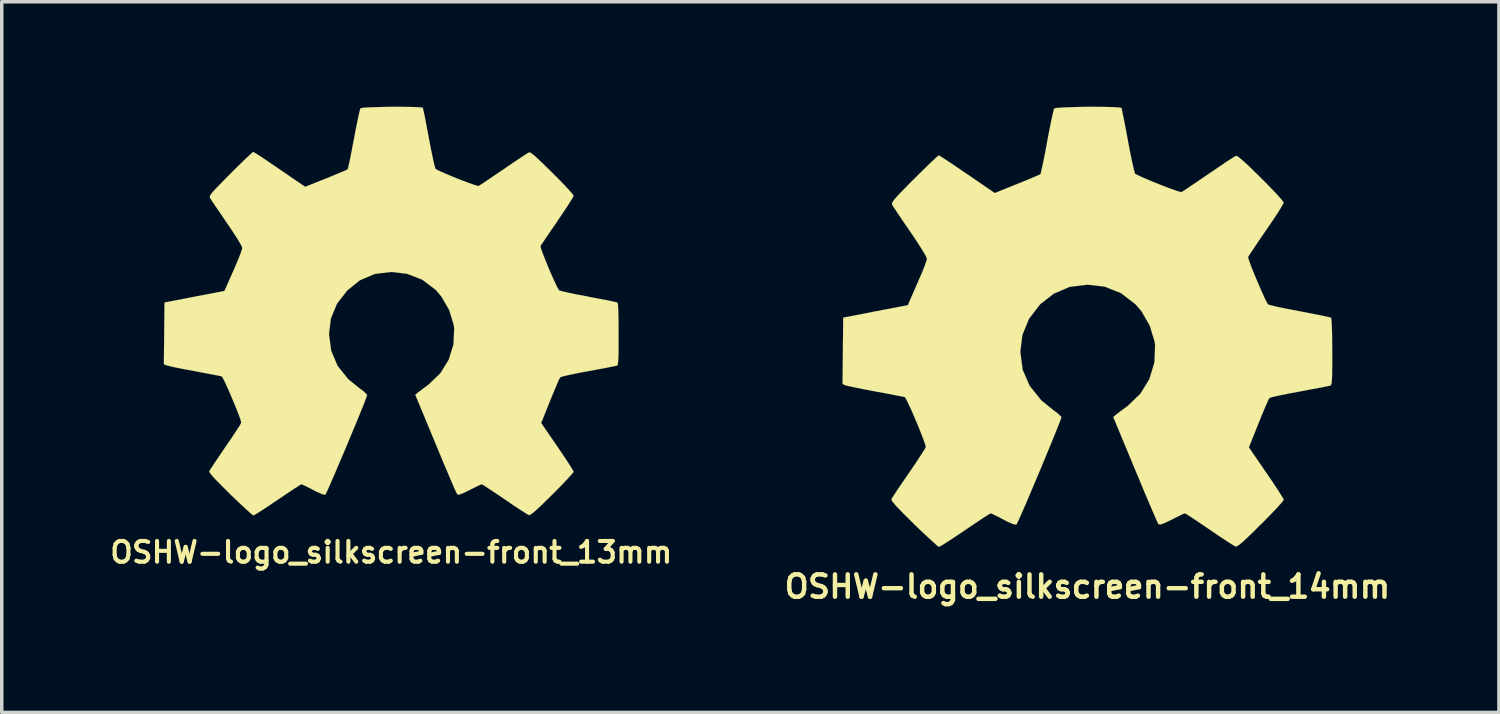
<source format=kicad_pcb>
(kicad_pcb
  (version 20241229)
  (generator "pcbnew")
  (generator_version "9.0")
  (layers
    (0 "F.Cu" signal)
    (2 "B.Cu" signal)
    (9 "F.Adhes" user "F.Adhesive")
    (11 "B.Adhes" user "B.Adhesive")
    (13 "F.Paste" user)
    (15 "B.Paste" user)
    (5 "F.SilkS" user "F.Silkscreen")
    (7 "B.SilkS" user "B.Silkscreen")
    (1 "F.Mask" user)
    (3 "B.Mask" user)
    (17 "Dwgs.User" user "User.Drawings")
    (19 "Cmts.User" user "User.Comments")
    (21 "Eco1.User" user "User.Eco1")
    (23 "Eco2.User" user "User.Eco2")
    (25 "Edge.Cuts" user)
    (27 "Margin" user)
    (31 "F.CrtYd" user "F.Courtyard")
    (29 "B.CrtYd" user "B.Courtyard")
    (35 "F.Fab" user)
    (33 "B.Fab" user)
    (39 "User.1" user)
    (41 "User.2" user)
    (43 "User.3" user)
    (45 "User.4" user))
  (footprint "OSHW-logo_silkscreen-front_13mm"
    (layer "F.Cu")
    (at 8.134 5.843)
    (property "Reference" "OSHW-logo_silkscreen-front_13mm" (at 0 6.894 0) (layer "F.SilkS") (effects (font (size 0.592 0.592) (thickness 0.117))))
    (attr through_hole)
    (fp_poly (pts (xy -3.94 5.839) (xy -3.871 5.804) (xy -3.719 5.707) (xy -3.503 5.565) (xy -3.246 5.392) (xy -2.99 5.22) (xy -2.776 5.077) (xy -2.629 4.983) (xy -2.568 4.948) (xy -2.535 4.961) (xy -2.41 5.019) (xy -2.233 5.11) (xy -2.131 5.164) (xy -1.968 5.235) (xy -1.887 5.25) (xy -1.875 5.227) (xy -1.814 5.103) (xy -1.72 4.889) (xy -1.598 4.608) (xy -1.458 4.277) (xy -1.306 3.922) (xy -1.156 3.559) (xy -1.011 3.213) (xy -0.884 2.903) (xy -0.782 2.649) (xy -0.716 2.474) (xy -0.691 2.398) (xy -0.699 2.383) (xy -0.78 2.301) (xy -0.922 2.195) (xy -1.229 1.946) (xy -1.534 1.567) (xy -1.717 1.135) (xy -1.781 0.658) (xy -1.727 0.213) (xy -1.552 -0.213) (xy -1.255 -0.594) (xy -0.897 -0.881) (xy -0.475 -1.062) (xy 0 -1.12) (xy 0.452 -1.067) (xy 0.889 -0.897) (xy 1.273 -0.605) (xy 1.433 -0.417) (xy 1.656 -0.03) (xy 1.783 0.386) (xy 1.798 0.493) (xy 1.778 0.95) (xy 1.643 1.387) (xy 1.402 1.778) (xy 1.067 2.098) (xy 1.026 2.129) (xy 0.871 2.245) (xy 0.767 2.324) (xy 0.686 2.39) (xy 1.267 3.79) (xy 1.359 4.013) (xy 1.519 4.397) (xy 1.659 4.724) (xy 1.77 4.989) (xy 1.849 5.164) (xy 1.885 5.232) (xy 1.887 5.237) (xy 1.938 5.245) (xy 2.045 5.207) (xy 2.24 5.113) (xy 2.37 5.047) (xy 2.517 4.976) (xy 2.586 4.948) (xy 2.642 4.978) (xy 2.784 5.072) (xy 2.992 5.21) (xy 3.244 5.38) (xy 3.48 5.542) (xy 3.701 5.687) (xy 3.861 5.789) (xy 3.937 5.832) (xy 3.95 5.832) (xy 4.018 5.791) (xy 4.143 5.687) (xy 4.333 5.507) (xy 4.605 5.24) (xy 4.646 5.199) (xy 4.867 4.976) (xy 5.047 4.785) (xy 5.169 4.651) (xy 5.212 4.59) (xy 5.171 4.514) (xy 5.07 4.354) (xy 4.925 4.133) (xy 4.747 3.871) (xy 4.285 3.198) (xy 4.539 2.563) (xy 4.618 2.37) (xy 4.717 2.134) (xy 4.79 1.963) (xy 4.829 1.892) (xy 4.897 1.867) (xy 5.072 1.826) (xy 5.324 1.773) (xy 5.624 1.717) (xy 5.911 1.664) (xy 6.17 1.615) (xy 6.358 1.577) (xy 6.441 1.562) (xy 6.462 1.549) (xy 6.477 1.509) (xy 6.487 1.422) (xy 6.495 1.265) (xy 6.497 1.016) (xy 6.497 0.658) (xy 6.497 0.62) (xy 6.495 0.277) (xy 6.49 0.005) (xy 6.48 -0.173) (xy 6.467 -0.244) (xy 6.467 -0.246) (xy 6.386 -0.264) (xy 6.203 -0.305) (xy 5.946 -0.353) (xy 5.636 -0.411) (xy 5.618 -0.417) (xy 5.309 -0.475) (xy 5.052 -0.528) (xy 4.872 -0.572) (xy 4.796 -0.594) (xy 4.78 -0.617) (xy 4.717 -0.737) (xy 4.63 -0.927) (xy 4.526 -1.161) (xy 4.427 -1.402) (xy 4.341 -1.618) (xy 4.282 -1.781) (xy 4.265 -1.854) (xy 4.265 -1.857) (xy 4.31 -1.93) (xy 4.417 -2.088) (xy 4.567 -2.309) (xy 4.747 -2.57) (xy 4.76 -2.591) (xy 4.935 -2.852) (xy 5.08 -3.071) (xy 5.177 -3.228) (xy 5.212 -3.297) (xy 5.21 -3.302) (xy 5.151 -3.381) (xy 5.019 -3.528) (xy 4.831 -3.726) (xy 4.602 -3.955) (xy 4.531 -4.026) (xy 4.277 -4.272) (xy 4.102 -4.435) (xy 3.993 -4.521) (xy 3.94 -4.539) (xy 3.861 -4.491) (xy 3.696 -4.384) (xy 3.472 -4.234) (xy 3.211 -4.054) (xy 3.19 -4.041) (xy 2.931 -3.866) (xy 2.715 -3.719) (xy 2.56 -3.617) (xy 2.494 -3.576) (xy 2.482 -3.576) (xy 2.377 -3.607) (xy 2.192 -3.673) (xy 1.963 -3.759) (xy 1.725 -3.856) (xy 1.506 -3.947) (xy 1.341 -4.023) (xy 1.265 -4.067) (xy 1.262 -4.072) (xy 1.234 -4.163) (xy 1.191 -4.359) (xy 1.135 -4.625) (xy 1.074 -4.945) (xy 1.064 -4.996) (xy 1.006 -5.306) (xy 0.958 -5.56) (xy 0.919 -5.738) (xy 0.902 -5.812) (xy 0.859 -5.822) (xy 0.706 -5.832) (xy 0.475 -5.837) (xy 0.196 -5.842) (xy -0.099 -5.839) (xy -0.386 -5.832) (xy -0.632 -5.824) (xy -0.808 -5.812) (xy -0.879 -5.796) (xy -0.884 -5.794) (xy -0.909 -5.697) (xy -0.953 -5.502) (xy -1.008 -5.232) (xy -1.067 -4.915) (xy -1.079 -4.859) (xy -1.138 -4.549) (xy -1.189 -4.295) (xy -1.227 -4.122) (xy -1.247 -4.054) (xy -1.273 -4.039) (xy -1.402 -3.983) (xy -1.608 -3.896) (xy -1.864 -3.792) (xy -2.461 -3.553) (xy -3.19 -4.051) (xy -3.256 -4.097) (xy -3.518 -4.275) (xy -3.734 -4.42) (xy -3.886 -4.516) (xy -3.947 -4.552) (xy -3.952 -4.549) (xy -4.023 -4.486) (xy -4.168 -4.351) (xy -4.366 -4.158) (xy -4.597 -3.929) (xy -4.765 -3.759) (xy -4.966 -3.553) (xy -5.095 -3.416) (xy -5.164 -3.327) (xy -5.189 -3.274) (xy -5.182 -3.239) (xy -5.136 -3.165) (xy -5.029 -3.005) (xy -4.877 -2.784) (xy -4.702 -2.525) (xy -4.554 -2.309) (xy -4.397 -2.065) (xy -4.293 -1.89) (xy -4.257 -1.803) (xy -4.267 -1.768) (xy -4.315 -1.626) (xy -4.404 -1.41) (xy -4.514 -1.153) (xy -4.768 -0.577) (xy -5.146 -0.503) (xy -5.375 -0.46) (xy -5.695 -0.399) (xy -6.005 -0.338) (xy -6.482 -0.246) (xy -6.5 1.516) (xy -6.426 1.549) (xy -6.355 1.567) (xy -6.177 1.608) (xy -5.923 1.659) (xy -5.624 1.714) (xy -5.37 1.763) (xy -5.113 1.811) (xy -4.928 1.847) (xy -4.846 1.864) (xy -4.826 1.892) (xy -4.76 2.017) (xy -4.671 2.212) (xy -4.567 2.451) (xy -4.465 2.697) (xy -4.374 2.924) (xy -4.31 3.099) (xy -4.288 3.188) (xy -4.323 3.256) (xy -4.42 3.406) (xy -4.562 3.622) (xy -4.737 3.876) (xy -4.91 4.133) (xy -5.057 4.351) (xy -5.161 4.508) (xy -5.204 4.58) (xy -5.182 4.628) (xy -5.08 4.752) (xy -4.887 4.95) (xy -4.602 5.235) (xy -4.554 5.281) (xy -4.326 5.499) (xy -4.135 5.677) (xy -4 5.796) (xy -3.94 5.839)) (stroke (width 0.003) (type solid)) (fill yes) (layer "F.SilkS")))
  (footprint "OSHW-logo_silkscreen-front_14mm"
    (layer "F.Cu")
    (at 28.032 6.293)
    (property "Reference" "OSHW-logo_silkscreen-front_14mm" (at 0 7.424 0) (layer "F.SilkS") (effects (font (size 0.638 0.638) (thickness 0.127))))
    (attr through_hole)
    (fp_poly (pts (xy -4.244 6.289) (xy -4.171 6.251) (xy -4.006 6.147) (xy -3.772 5.994) (xy -3.498 5.809) (xy -3.218 5.621) (xy -2.992 5.469) (xy -2.832 5.367) (xy -2.766 5.329) (xy -2.728 5.342) (xy -2.596 5.405) (xy -2.405 5.504) (xy -2.296 5.563) (xy -2.118 5.639) (xy -2.032 5.654) (xy -2.017 5.629) (xy -1.953 5.494) (xy -1.852 5.265) (xy -1.72 4.963) (xy -1.57 4.608) (xy -1.407 4.224) (xy -1.245 3.833) (xy -1.09 3.459) (xy -0.953 3.124) (xy -0.843 2.852) (xy -0.77 2.664) (xy -0.744 2.581) (xy -0.752 2.565) (xy -0.841 2.479) (xy -0.993 2.365) (xy -1.323 2.095) (xy -1.651 1.687) (xy -1.852 1.224) (xy -1.918 0.709) (xy -1.859 0.231) (xy -1.671 -0.229) (xy -1.354 -0.643) (xy -0.965 -0.947) (xy -0.511 -1.143) (xy 0 -1.206) (xy 0.488 -1.151) (xy 0.958 -0.965) (xy 1.369 -0.65) (xy 1.544 -0.45) (xy 1.783 -0.033) (xy 1.92 0.417) (xy 1.935 0.531) (xy 1.915 1.021) (xy 1.77 1.494) (xy 1.511 1.915) (xy 1.151 2.261) (xy 1.105 2.294) (xy 0.937 2.418) (xy 0.826 2.504) (xy 0.739 2.576) (xy 1.364 4.082) (xy 1.466 4.323) (xy 1.636 4.735) (xy 1.788 5.09) (xy 1.908 5.372) (xy 1.991 5.56) (xy 2.029 5.636) (xy 2.032 5.641) (xy 2.088 5.649) (xy 2.202 5.608) (xy 2.413 5.507) (xy 2.553 5.436) (xy 2.713 5.357) (xy 2.784 5.329) (xy 2.845 5.362) (xy 3 5.461) (xy 3.223 5.611) (xy 3.493 5.794) (xy 3.749 5.969) (xy 3.985 6.124) (xy 4.158 6.236) (xy 4.239 6.279) (xy 4.252 6.279) (xy 4.328 6.238) (xy 4.463 6.124) (xy 4.669 5.931) (xy 4.958 5.644) (xy 5.004 5.601) (xy 5.243 5.357) (xy 5.436 5.154) (xy 5.565 5.009) (xy 5.613 4.943) (xy 5.57 4.862) (xy 5.461 4.689) (xy 5.304 4.45) (xy 5.113 4.171) (xy 4.615 3.444) (xy 4.889 2.761) (xy 4.973 2.553) (xy 5.08 2.296) (xy 5.159 2.116) (xy 5.199 2.037) (xy 5.276 2.009) (xy 5.461 1.966) (xy 5.733 1.91) (xy 6.058 1.849) (xy 6.365 1.791) (xy 6.645 1.74) (xy 6.845 1.699) (xy 6.937 1.681) (xy 6.957 1.669) (xy 6.975 1.626) (xy 6.988 1.532) (xy 6.995 1.361) (xy 6.998 1.095) (xy 6.998 0.709) (xy 6.998 0.668) (xy 6.995 0.297) (xy 6.988 0.005) (xy 6.977 -0.188) (xy 6.965 -0.264) (xy 6.878 -0.284) (xy 6.68 -0.328) (xy 6.403 -0.381) (xy 6.071 -0.445) (xy 6.05 -0.45) (xy 5.718 -0.513) (xy 5.441 -0.569) (xy 5.248 -0.615) (xy 5.164 -0.64) (xy 5.149 -0.663) (xy 5.08 -0.792) (xy 4.986 -0.998) (xy 4.877 -1.25) (xy 4.768 -1.509) (xy 4.674 -1.742) (xy 4.613 -1.918) (xy 4.592 -1.996) (xy 4.592 -1.999) (xy 4.643 -2.078) (xy 4.757 -2.248) (xy 4.917 -2.487) (xy 5.11 -2.769) (xy 5.126 -2.791) (xy 5.316 -3.071) (xy 5.471 -3.307) (xy 5.573 -3.477) (xy 5.613 -3.551) (xy 5.611 -3.556) (xy 5.547 -3.64) (xy 5.405 -3.8) (xy 5.202 -4.013) (xy 4.956 -4.26) (xy 4.879 -4.336) (xy 4.608 -4.602) (xy 4.417 -4.775) (xy 4.3 -4.869) (xy 4.244 -4.889) (xy 4.242 -4.887) (xy 4.158 -4.836) (xy 3.98 -4.722) (xy 3.741 -4.559) (xy 3.457 -4.366) (xy 3.437 -4.354) (xy 3.157 -4.163) (xy 2.924 -4.006) (xy 2.758 -3.894) (xy 2.687 -3.851) (xy 2.675 -3.851) (xy 2.56 -3.884) (xy 2.362 -3.955) (xy 2.116 -4.049) (xy 1.857 -4.153) (xy 1.623 -4.252) (xy 1.445 -4.333) (xy 1.361 -4.379) (xy 1.359 -4.384) (xy 1.331 -4.486) (xy 1.283 -4.694) (xy 1.222 -4.983) (xy 1.158 -5.324) (xy 1.148 -5.38) (xy 1.085 -5.712) (xy 1.031 -5.989) (xy 0.991 -6.18) (xy 0.973 -6.259) (xy 0.925 -6.269) (xy 0.762 -6.281) (xy 0.513 -6.287) (xy 0.211 -6.292) (xy -0.107 -6.289) (xy -0.417 -6.281) (xy -0.681 -6.271) (xy -0.869 -6.259) (xy -0.947 -6.243) (xy -0.95 -6.238) (xy -0.98 -6.137) (xy -1.026 -5.926) (xy -1.085 -5.636) (xy -1.151 -5.293) (xy -1.161 -5.232) (xy -1.224 -4.9) (xy -1.28 -4.625) (xy -1.321 -4.44) (xy -1.341 -4.366) (xy -1.372 -4.348) (xy -1.509 -4.29) (xy -1.732 -4.196) (xy -2.009 -4.084) (xy -2.649 -3.825) (xy -3.434 -4.364) (xy -3.508 -4.412) (xy -3.79 -4.605) (xy -4.021 -4.76) (xy -4.183 -4.864) (xy -4.249 -4.902) (xy -4.255 -4.9) (xy -4.333 -4.831) (xy -4.491 -4.684) (xy -4.702 -4.478) (xy -4.95 -4.232) (xy -5.133 -4.049) (xy -5.349 -3.828) (xy -5.486 -3.68) (xy -5.56 -3.584) (xy -5.588 -3.528) (xy -5.58 -3.49) (xy -5.53 -3.409) (xy -5.415 -3.236) (xy -5.253 -2.997) (xy -5.062 -2.72) (xy -4.905 -2.487) (xy -4.735 -2.223) (xy -4.623 -2.035) (xy -4.585 -1.943) (xy -4.595 -1.905) (xy -4.648 -1.75) (xy -4.742 -1.519) (xy -4.862 -1.242) (xy -5.133 -0.62) (xy -5.542 -0.541) (xy -5.789 -0.495) (xy -6.134 -0.429) (xy -6.464 -0.363) (xy -6.98 -0.264) (xy -7 1.633) (xy -6.919 1.669) (xy -6.843 1.689) (xy -6.652 1.73) (xy -6.378 1.786) (xy -6.058 1.847) (xy -5.781 1.897) (xy -5.507 1.951) (xy -5.309 1.989) (xy -5.22 2.007) (xy -5.197 2.037) (xy -5.128 2.172) (xy -5.029 2.383) (xy -4.92 2.639) (xy -4.808 2.906) (xy -4.712 3.15) (xy -4.643 3.338) (xy -4.618 3.434) (xy -4.656 3.505) (xy -4.76 3.668) (xy -4.912 3.901) (xy -5.1 4.176) (xy -5.288 4.45) (xy -5.448 4.684) (xy -5.558 4.854) (xy -5.603 4.93) (xy -5.58 4.983) (xy -5.471 5.116) (xy -5.263 5.331) (xy -4.956 5.636) (xy -4.905 5.687) (xy -4.658 5.921) (xy -4.453 6.111) (xy -4.308 6.241) (xy -4.244 6.289)) (stroke (width 0.003) (type solid)) (fill yes) (layer "F.SilkS")))
  (gr_rect
    (start -3 -3)
    (end 39.795 17.313)
    (stroke (width 0.1) (type default))
    (fill no)
    (layer "Edge.Cuts")))
</source>
